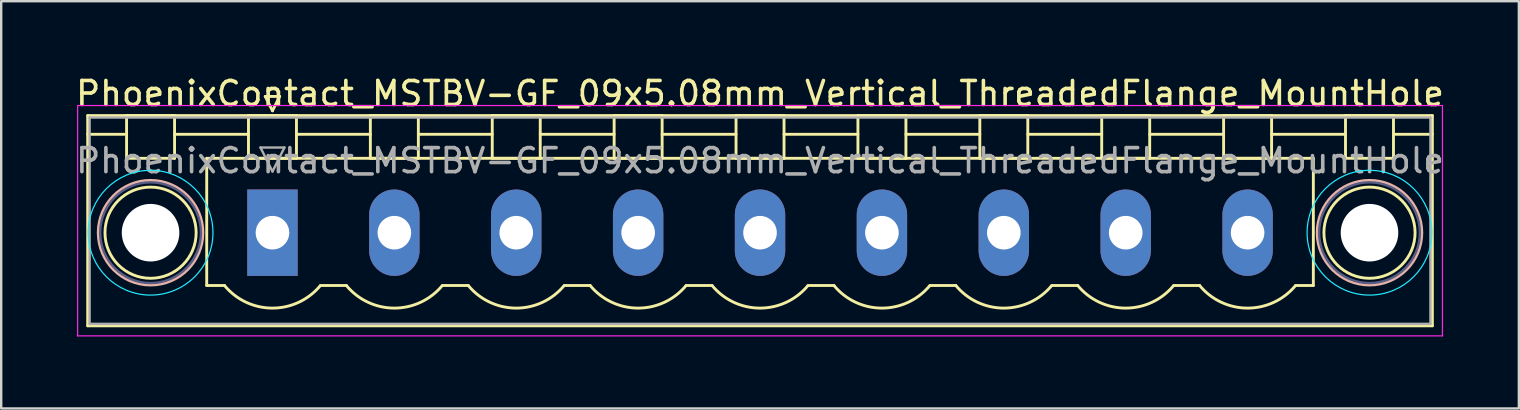
<source format=kicad_pcb>
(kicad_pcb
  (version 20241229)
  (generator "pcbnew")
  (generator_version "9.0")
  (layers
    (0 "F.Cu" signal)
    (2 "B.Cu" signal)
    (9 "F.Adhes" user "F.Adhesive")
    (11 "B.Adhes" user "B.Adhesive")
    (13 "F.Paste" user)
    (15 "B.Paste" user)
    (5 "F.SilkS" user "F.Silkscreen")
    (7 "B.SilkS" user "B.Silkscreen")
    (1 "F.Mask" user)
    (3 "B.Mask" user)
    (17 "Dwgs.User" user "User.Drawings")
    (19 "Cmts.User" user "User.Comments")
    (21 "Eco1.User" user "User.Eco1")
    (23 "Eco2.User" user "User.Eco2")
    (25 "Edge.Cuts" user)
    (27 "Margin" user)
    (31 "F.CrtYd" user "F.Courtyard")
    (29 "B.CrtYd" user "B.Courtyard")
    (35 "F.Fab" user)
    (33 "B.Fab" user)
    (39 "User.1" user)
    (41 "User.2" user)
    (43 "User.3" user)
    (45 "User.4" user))
  (footprint "PhoenixContact_MSTBV-GF_09x5.08mm_Vertical_ThreadedFlange_MountHole"
    (layer "F.Cu")
    (at 8.305 6.648)
    (property "Reference" "PhoenixContact_MSTBV-GF_09x5.08mm_Vertical_ThreadedFlange_MountHole" (at 20.32 -5.8 0) (layer "F.SilkS") (effects (font (size 1 1) (thickness 0.15))))
    (attr through_hole)
    (fp_line (start -7.7 -4.88) (end -7.7 3.88) (stroke (width 0.12) (type solid)) (layer "F.SilkS"))
    (fp_line (start -7.7 -4.1) (end -6.16 -4.1) (stroke (width 0.12) (type solid)) (layer "F.SilkS"))
    (fp_line (start -7.7 3.88) (end 48.34 3.88) (stroke (width 0.12) (type solid)) (layer "F.SilkS"))
    (fp_line (start -6.08 -4.88) (end -4.08 -4.88) (stroke (width 0.12) (type solid)) (layer "F.SilkS"))
    (fp_line (start -6.08 -3.1) (end -6.08 -4.88) (stroke (width 0.12) (type solid)) (layer "F.SilkS"))
    (fp_line (start -4.08 -4.88) (end -4.08 -3.1) (stroke (width 0.12) (type solid)) (layer "F.SilkS"))
    (fp_line (start -4.08 -4.1) (end -1 -4.1) (stroke (width 0.12) (type solid)) (layer "F.SilkS"))
    (fp_line (start -4.08 -3.1) (end -6.08 -3.1) (stroke (width 0.12) (type solid)) (layer "F.SilkS"))
    (fp_line (start -2.74 -3.1) (end 43.38 -3.1) (stroke (width 0.12) (type solid)) (layer "F.SilkS"))
    (fp_line (start -2.74 2.2) (end -2.74 -3.1) (stroke (width 0.12) (type solid)) (layer "F.SilkS"))
    (fp_line (start -2 2.2) (end -2.74 2.2) (stroke (width 0.12) (type solid)) (layer "F.SilkS"))
    (fp_line (start -1 -4.88) (end 1 -4.88) (stroke (width 0.12) (type solid)) (layer "F.SilkS"))
    (fp_line (start -1 -3.1) (end -1 -4.88) (stroke (width 0.12) (type solid)) (layer "F.SilkS"))
    (fp_line (start -0.3 -5.68) (end 0.3 -5.68) (stroke (width 0.12) (type solid)) (layer "F.SilkS"))
    (fp_line (start 0 -5.08) (end -0.3 -5.68) (stroke (width 0.12) (type solid)) (layer "F.SilkS"))
    (fp_line (start 0.3 -5.68) (end 0 -5.08) (stroke (width 0.12) (type solid)) (layer "F.SilkS"))
    (fp_line (start 1 -4.88) (end 1 -3.1) (stroke (width 0.12) (type solid)) (layer "F.SilkS"))
    (fp_line (start 1 -4.1) (end 4.08 -4.1) (stroke (width 0.12) (type solid)) (layer "F.SilkS"))
    (fp_line (start 1 -3.1) (end -1 -3.1) (stroke (width 0.12) (type solid)) (layer "F.SilkS"))
    (fp_line (start 2 2.2) (end 3.08 2.2) (stroke (width 0.12) (type solid)) (layer "F.SilkS"))
    (fp_line (start 4.08 -4.88) (end 6.08 -4.88) (stroke (width 0.12) (type solid)) (layer "F.SilkS"))
    (fp_line (start 4.08 -3.1) (end 4.08 -4.88) (stroke (width 0.12) (type solid)) (layer "F.SilkS"))
    (fp_line (start 6.08 -4.88) (end 6.08 -3.1) (stroke (width 0.12) (type solid)) (layer "F.SilkS"))
    (fp_line (start 6.08 -4.1) (end 9.16 -4.1) (stroke (width 0.12) (type solid)) (layer "F.SilkS"))
    (fp_line (start 6.08 -3.1) (end 4.08 -3.1) (stroke (width 0.12) (type solid)) (layer "F.SilkS"))
    (fp_line (start 7.08 2.2) (end 8.16 2.2) (stroke (width 0.12) (type solid)) (layer "F.SilkS"))
    (fp_line (start 9.16 -4.88) (end 11.16 -4.88) (stroke (width 0.12) (type solid)) (layer "F.SilkS"))
    (fp_line (start 9.16 -3.1) (end 9.16 -4.88) (stroke (width 0.12) (type solid)) (layer "F.SilkS"))
    (fp_line (start 11.16 -4.88) (end 11.16 -3.1) (stroke (width 0.12) (type solid)) (layer "F.SilkS"))
    (fp_line (start 11.16 -4.1) (end 14.24 -4.1) (stroke (width 0.12) (type solid)) (layer "F.SilkS"))
    (fp_line (start 11.16 -3.1) (end 9.16 -3.1) (stroke (width 0.12) (type solid)) (layer "F.SilkS"))
    (fp_line (start 12.16 2.2) (end 13.24 2.2) (stroke (width 0.12) (type solid)) (layer "F.SilkS"))
    (fp_line (start 14.24 -4.88) (end 16.24 -4.88) (stroke (width 0.12) (type solid)) (layer "F.SilkS"))
    (fp_line (start 14.24 -3.1) (end 14.24 -4.88) (stroke (width 0.12) (type solid)) (layer "F.SilkS"))
    (fp_line (start 16.24 -4.88) (end 16.24 -3.1) (stroke (width 0.12) (type solid)) (layer "F.SilkS"))
    (fp_line (start 16.24 -4.1) (end 19.32 -4.1) (stroke (width 0.12) (type solid)) (layer "F.SilkS"))
    (fp_line (start 16.24 -3.1) (end 14.24 -3.1) (stroke (width 0.12) (type solid)) (layer "F.SilkS"))
    (fp_line (start 17.24 2.2) (end 18.32 2.2) (stroke (width 0.12) (type solid)) (layer "F.SilkS"))
    (fp_line (start 19.32 -4.88) (end 21.32 -4.88) (stroke (width 0.12) (type solid)) (layer "F.SilkS"))
    (fp_line (start 19.32 -3.1) (end 19.32 -4.88) (stroke (width 0.12) (type solid)) (layer "F.SilkS"))
    (fp_line (start 21.32 -4.88) (end 21.32 -3.1) (stroke (width 0.12) (type solid)) (layer "F.SilkS"))
    (fp_line (start 21.32 -4.1) (end 24.4 -4.1) (stroke (width 0.12) (type solid)) (layer "F.SilkS"))
    (fp_line (start 21.32 -3.1) (end 19.32 -3.1) (stroke (width 0.12) (type solid)) (layer "F.SilkS"))
    (fp_line (start 22.32 2.2) (end 23.4 2.2) (stroke (width 0.12) (type solid)) (layer "F.SilkS"))
    (fp_line (start 24.4 -4.88) (end 26.4 -4.88) (stroke (width 0.12) (type solid)) (layer "F.SilkS"))
    (fp_line (start 24.4 -3.1) (end 24.4 -4.88) (stroke (width 0.12) (type solid)) (layer "F.SilkS"))
    (fp_line (start 26.4 -4.88) (end 26.4 -3.1) (stroke (width 0.12) (type solid)) (layer "F.SilkS"))
    (fp_line (start 26.4 -4.1) (end 29.48 -4.1) (stroke (width 0.12) (type solid)) (layer "F.SilkS"))
    (fp_line (start 26.4 -3.1) (end 24.4 -3.1) (stroke (width 0.12) (type solid)) (layer "F.SilkS"))
    (fp_line (start 27.4 2.2) (end 28.48 2.2) (stroke (width 0.12) (type solid)) (layer "F.SilkS"))
    (fp_line (start 29.48 -4.88) (end 31.48 -4.88) (stroke (width 0.12) (type solid)) (layer "F.SilkS"))
    (fp_line (start 29.48 -3.1) (end 29.48 -4.88) (stroke (width 0.12) (type solid)) (layer "F.SilkS"))
    (fp_line (start 31.48 -4.88) (end 31.48 -3.1) (stroke (width 0.12) (type solid)) (layer "F.SilkS"))
    (fp_line (start 31.48 -4.1) (end 34.56 -4.1) (stroke (width 0.12) (type solid)) (layer "F.SilkS"))
    (fp_line (start 31.48 -3.1) (end 29.48 -3.1) (stroke (width 0.12) (type solid)) (layer "F.SilkS"))
    (fp_line (start 32.48 2.2) (end 33.56 2.2) (stroke (width 0.12) (type solid)) (layer "F.SilkS"))
    (fp_line (start 34.56 -4.88) (end 36.56 -4.88) (stroke (width 0.12) (type solid)) (layer "F.SilkS"))
    (fp_line (start 34.56 -3.1) (end 34.56 -4.88) (stroke (width 0.12) (type solid)) (layer "F.SilkS"))
    (fp_line (start 36.56 -4.88) (end 36.56 -3.1) (stroke (width 0.12) (type solid)) (layer "F.SilkS"))
    (fp_line (start 36.56 -4.1) (end 39.64 -4.1) (stroke (width 0.12) (type solid)) (layer "F.SilkS"))
    (fp_line (start 36.56 -3.1) (end 34.56 -3.1) (stroke (width 0.12) (type solid)) (layer "F.SilkS"))
    (fp_line (start 37.56 2.2) (end 38.64 2.2) (stroke (width 0.12) (type solid)) (layer "F.SilkS"))
    (fp_line (start 39.64 -4.88) (end 41.64 -4.88) (stroke (width 0.12) (type solid)) (layer "F.SilkS"))
    (fp_line (start 39.64 -3.1) (end 39.64 -4.88) (stroke (width 0.12) (type solid)) (layer "F.SilkS"))
    (fp_line (start 41.64 -4.88) (end 41.64 -3.1) (stroke (width 0.12) (type solid)) (layer "F.SilkS"))
    (fp_line (start 41.64 -4.1) (end 44.72 -4.1) (stroke (width 0.12) (type solid)) (layer "F.SilkS"))
    (fp_line (start 41.64 -3.1) (end 39.64 -3.1) (stroke (width 0.12) (type solid)) (layer "F.SilkS"))
    (fp_line (start 43.38 -3.1) (end 43.38 2.2) (stroke (width 0.12) (type solid)) (layer "F.SilkS"))
    (fp_line (start 43.38 2.2) (end 42.64 2.2) (stroke (width 0.12) (type solid)) (layer "F.SilkS"))
    (fp_line (start 44.72 -4.88) (end 46.72 -4.88) (stroke (width 0.12) (type solid)) (layer "F.SilkS"))
    (fp_line (start 44.72 -3.1) (end 44.72 -4.88) (stroke (width 0.12) (type solid)) (layer "F.SilkS"))
    (fp_line (start 46.72 -4.88) (end 46.72 -3.1) (stroke (width 0.12) (type solid)) (layer "F.SilkS"))
    (fp_line (start 46.72 -3.1) (end 44.72 -3.1) (stroke (width 0.12) (type solid)) (layer "F.SilkS"))
    (fp_line (start 48.34 -4.88) (end -7.7 -4.88) (stroke (width 0.12) (type solid)) (layer "F.SilkS"))
    (fp_line (start 48.34 -4.1) (end 46.8 -4.1) (stroke (width 0.12) (type solid)) (layer "F.SilkS"))
    (fp_line (start 48.34 3.88) (end 48.34 -4.88) (stroke (width 0.12) (type solid)) (layer "F.SilkS"))
    (fp_arc (start 1.986842 2.215821) (mid -0.010289 3.142758) (end -2 2.2) (stroke (width 0.12) (type solid)) (layer "F.SilkS"))
    (fp_arc (start 7.066842 2.215821) (mid 5.069711 3.142758) (end 3.08 2.2) (stroke (width 0.12) (type solid)) (layer "F.SilkS"))
    (fp_arc (start 12.146842 2.215821) (mid 10.149711 3.142758) (end 8.16 2.2) (stroke (width 0.12) (type solid)) (layer "F.SilkS"))
    (fp_arc (start 17.226842 2.215821) (mid 15.229711 3.142758) (end 13.24 2.2) (stroke (width 0.12) (type solid)) (layer "F.SilkS"))
    (fp_arc (start 22.306842 2.215821) (mid 20.309711 3.142758) (end 18.32 2.2) (stroke (width 0.12) (type solid)) (layer "F.SilkS"))
    (fp_arc (start 27.386842 2.215821) (mid 25.389711 3.142758) (end 23.4 2.2) (stroke (width 0.12) (type solid)) (layer "F.SilkS"))
    (fp_arc (start 32.466842 2.215821) (mid 30.469711 3.142758) (end 28.48 2.2) (stroke (width 0.12) (type solid)) (layer "F.SilkS"))
    (fp_arc (start 37.546842 2.215821) (mid 35.549711 3.142758) (end 33.56 2.2) (stroke (width 0.12) (type solid)) (layer "F.SilkS"))
    (fp_arc (start 42.626842 2.215821) (mid 40.629711 3.142758) (end 38.64 2.2) (stroke (width 0.12) (type solid)) (layer "F.SilkS"))
    (fp_circle (center -5.08 0) (end -3.18 0) (stroke (width 0.12) (type solid)) (fill no) (layer "F.SilkS"))
    (fp_circle (center 45.72 0) (end 47.62 0) (stroke (width 0.12) (type solid)) (fill no) (layer "F.SilkS"))
    (fp_circle (center -5.08 0) (end -2.9 0) (stroke (width 0.12) (type solid)) (fill no) (layer "B.SilkS"))
    (fp_circle (center 45.72 0) (end 47.9 0) (stroke (width 0.12) (type solid)) (fill no) (layer "B.SilkS"))
    (fp_circle (center -5.08 0) (end -2.48 0) (stroke (width 0.05) (type solid)) (fill no) (layer "B.CrtYd"))
    (fp_circle (center 45.72 0) (end 48.32 0) (stroke (width 0.05) (type solid)) (fill no) (layer "B.CrtYd"))
    (fp_line (start -8.12 -5.3) (end -8.12 4.3) (stroke (width 0.05) (type solid)) (layer "F.CrtYd"))
    (fp_line (start -8.12 4.3) (end 48.76 4.3) (stroke (width 0.05) (type solid)) (layer "F.CrtYd"))
    (fp_line (start 48.76 -5.3) (end -8.12 -5.3) (stroke (width 0.05) (type solid)) (layer "F.CrtYd"))
    (fp_line (start 48.76 4.3) (end 48.76 -5.3) (stroke (width 0.05) (type solid)) (layer "F.CrtYd"))
    (fp_circle (center -5.08 0) (end -2.98 0) (stroke (width 0.1) (type solid)) (fill no) (layer "B.Fab"))
    (fp_circle (center 45.72 0) (end 47.82 0) (stroke (width 0.1) (type solid)) (fill no) (layer "B.Fab"))
    (fp_line (start -7.62 -4.8) (end -7.62 3.8) (stroke (width 0.1) (type solid)) (layer "F.Fab"))
    (fp_line (start -7.62 3.8) (end 48.26 3.8) (stroke (width 0.1) (type solid)) (layer "F.Fab"))
    (fp_line (start -0.5 -3.55) (end 0.5 -3.55) (stroke (width 0.1) (type solid)) (layer "F.Fab"))
    (fp_line (start 0 -2.55) (end -0.5 -3.55) (stroke (width 0.1) (type solid)) (layer "F.Fab"))
    (fp_line (start 0.5 -3.55) (end 0 -2.55) (stroke (width 0.1) (type solid)) (layer "F.Fab"))
    (fp_line (start 48.26 -4.8) (end -7.62 -4.8) (stroke (width 0.1) (type solid)) (layer "F.Fab"))
    (fp_line (start 48.26 3.8) (end 48.26 -4.8) (stroke (width 0.1) (type solid)) (layer "F.Fab"))
    (fp_text user "${REFERENCE}" (at 20.32 -3 0) (layer "F.Fab") (effects (font (size 1 1) (thickness 0.15))))
    (pad "" np_thru_hole circle (at -5.08 0) (size 2.4 2.4) (drill 2.4) (layers "*.Cu" "*.Mask"))
    (pad "" np_thru_hole circle (at 45.72 0) (size 2.4 2.4) (drill 2.4) (layers "*.Cu" "*.Mask"))
    (pad "1" thru_hole rect (at 0 0) (size 2.1 3.6) (drill 1.4) (layers "*.Cu" "*.Mask"))
    (pad "2" thru_hole oval (at 5.08 0) (size 2.1 3.6) (drill 1.4) (layers "*.Cu" "*.Mask"))
    (pad "3" thru_hole oval (at 10.16 0) (size 2.1 3.6) (drill 1.4) (layers "*.Cu" "*.Mask"))
    (pad "4" thru_hole oval (at 15.24 0) (size 2.1 3.6) (drill 1.4) (layers "*.Cu" "*.Mask"))
    (pad "5" thru_hole oval (at 20.32 0) (size 2.1 3.6) (drill 1.4) (layers "*.Cu" "*.Mask"))
    (pad "6" thru_hole oval (at 25.4 0) (size 2.1 3.6) (drill 1.4) (layers "*.Cu" "*.Mask"))
    (pad "7" thru_hole oval (at 30.48 0) (size 2.1 3.6) (drill 1.4) (layers "*.Cu" "*.Mask"))
    (pad "8" thru_hole oval (at 35.56 0) (size 2.1 3.6) (drill 1.4) (layers "*.Cu" "*.Mask"))
    (pad "9" thru_hole oval (at 40.64 0) (size 2.1 3.6) (drill 1.4) (layers "*.Cu" "*.Mask")))
  (gr_rect
    (start -3 -3)
    (end 60.25 13.973)
    (stroke (width 0.1) (type default))
    (fill no)
    (layer "Edge.Cuts")))
</source>
